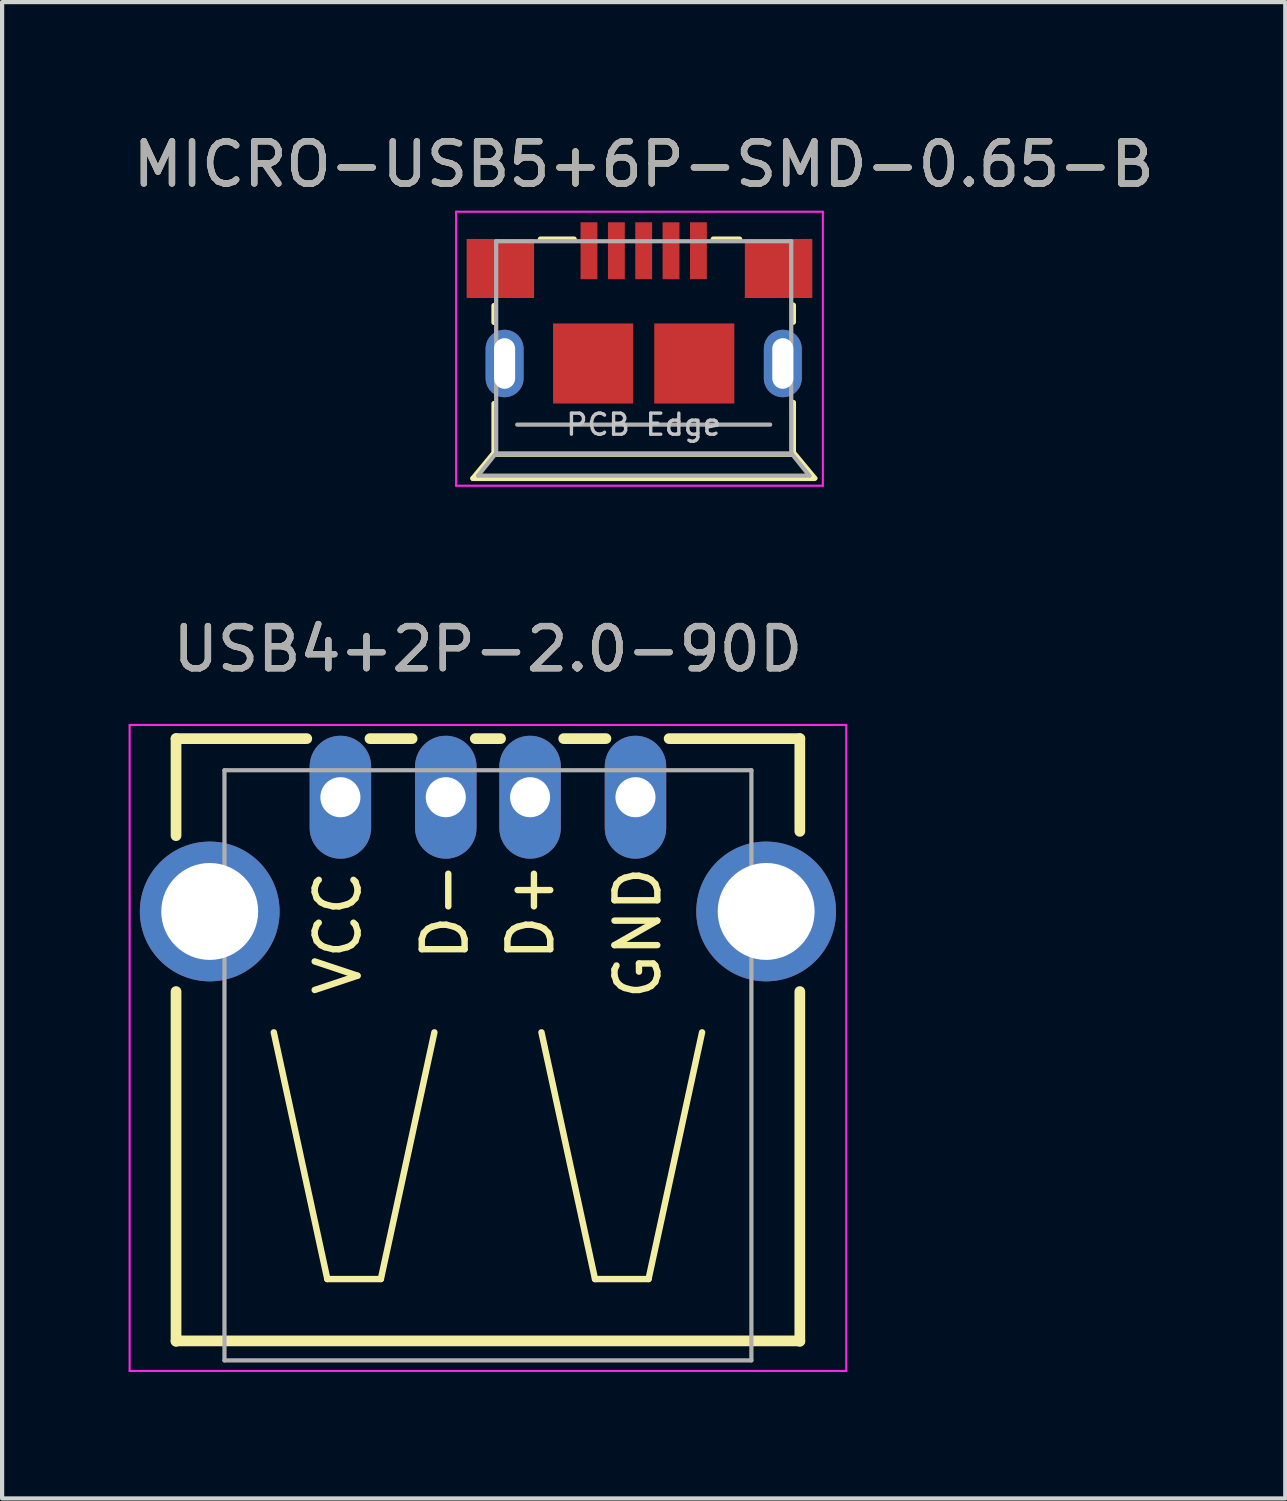
<source format=kicad_pcb>
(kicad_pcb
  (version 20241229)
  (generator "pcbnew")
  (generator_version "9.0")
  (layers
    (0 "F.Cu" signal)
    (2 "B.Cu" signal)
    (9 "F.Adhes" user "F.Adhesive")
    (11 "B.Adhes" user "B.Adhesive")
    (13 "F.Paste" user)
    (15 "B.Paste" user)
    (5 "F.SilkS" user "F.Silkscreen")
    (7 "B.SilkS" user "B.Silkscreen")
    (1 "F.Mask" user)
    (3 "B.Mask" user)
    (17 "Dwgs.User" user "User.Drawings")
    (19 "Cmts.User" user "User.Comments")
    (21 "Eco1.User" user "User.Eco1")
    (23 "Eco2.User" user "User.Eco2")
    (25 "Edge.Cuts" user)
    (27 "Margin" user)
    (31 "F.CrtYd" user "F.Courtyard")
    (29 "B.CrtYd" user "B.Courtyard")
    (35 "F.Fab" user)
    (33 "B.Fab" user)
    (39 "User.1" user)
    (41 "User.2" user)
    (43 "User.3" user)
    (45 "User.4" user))
  (footprint "USB4+2P-2.0-90D"
    (layer "F.Cu")
    (at 8.525 18.572)
    (property "Reference" "USB4+2P-2.0-90D" (at 0 -6.225 0) (layer "F.SilkS") (effects (font (size 1 1) (thickness 0.15))))
    (attr exclude_from_pos_files exclude_from_bom)
    (fp_line (start -7.399 -4.1) (end -7.399 -1.798) (stroke (width 0.254) (type solid)) (layer "F.SilkS"))
    (fp_line (start -7.399 10.188) (end 7.399 10.188) (stroke (width 0.254) (type solid)) (layer "F.SilkS"))
    (fp_line (start -7.399 10.198) (end -7.399 1.9) (stroke (width 0.254) (type solid)) (layer "F.SilkS"))
    (fp_line (start -5.08 2.868) (end -3.81 8.72) (stroke (width 0.152) (type solid)) (layer "F.SilkS"))
    (fp_line (start -4.298 -4.1) (end -7.399 -4.1) (stroke (width 0.254) (type solid)) (layer "F.SilkS"))
    (fp_line (start -3.81 8.72) (end -2.54 8.72) (stroke (width 0.152) (type solid)) (layer "F.SilkS"))
    (fp_line (start -2.799 -4.1) (end -1.798 -4.1) (stroke (width 0.254) (type solid)) (layer "F.SilkS"))
    (fp_line (start -2.54 8.72) (end -1.27 2.868) (stroke (width 0.152) (type solid)) (layer "F.SilkS"))
    (fp_line (start -0.3 -4.1) (end 0.3 -4.1) (stroke (width 0.254) (type solid)) (layer "F.SilkS"))
    (fp_line (start 1.27 2.868) (end 2.54 8.72) (stroke (width 0.152) (type solid)) (layer "F.SilkS"))
    (fp_line (start 1.798 -4.1) (end 2.799 -4.1) (stroke (width 0.254) (type solid)) (layer "F.SilkS"))
    (fp_line (start 2.54 8.72) (end 3.81 8.72) (stroke (width 0.152) (type solid)) (layer "F.SilkS"))
    (fp_line (start 3.81 8.72) (end 5.08 2.868) (stroke (width 0.152) (type solid)) (layer "F.SilkS"))
    (fp_line (start 4.298 -4.1) (end 7.399 -4.1) (stroke (width 0.254) (type solid)) (layer "F.SilkS"))
    (fp_line (start 7.399 -4.1) (end 7.399 -1.9) (stroke (width 0.254) (type solid)) (layer "F.SilkS"))
    (fp_line (start 7.399 1.9) (end 7.399 10.198) (stroke (width 0.254) (type solid)) (layer "F.SilkS"))
    (fp_line (start -8.5 -4.425) (end -8.5 10.9) (stroke (width 0.05) (type solid)) (layer "F.CrtYd"))
    (fp_line (start -8.5 10.9) (end 8.5 10.9) (stroke (width 0.05) (type solid)) (layer "F.CrtYd"))
    (fp_line (start 8.5 -4.425) (end -8.5 -4.425) (stroke (width 0.05) (type solid)) (layer "F.CrtYd"))
    (fp_line (start 8.5 10.9) (end 8.5 -4.425) (stroke (width 0.05) (type solid)) (layer "F.CrtYd"))
    (fp_line (start -6.25 -3.35) (end -6.25 10.65) (stroke (width 0.1) (type solid)) (layer "F.Fab"))
    (fp_line (start -6.25 -3.35) (end 6.25 -3.35) (stroke (width 0.1) (type solid)) (layer "F.Fab"))
    (fp_line (start -6.25 10.65) (end 6.25 10.65) (stroke (width 0.1) (type solid)) (layer "F.Fab"))
    (fp_line (start 6.25 10.65) (end 6.25 -3.35) (stroke (width 0.1) (type solid)) (layer "F.Fab"))
    (fp_text user "D+" (at 1.016 0 270) (layer "F.SilkS") (effects (font (size 1.016 1.016) (thickness 0.152))))
    (fp_text user "GND" (at 3.556 0.508 270) (layer "F.SilkS") (effects (font (size 1.016 1.016) (thickness 0.152))))
    (fp_text user "VCC" (at -3.556 0.508 270) (layer "F.SilkS") (effects (font (size 1.016 1.016) (thickness 0.152))))
    (fp_text user "D-" (at -1.016 0 270) (layer "F.SilkS") (effects (font (size 1.016 1.016) (thickness 0.152))))
    (fp_text user "${REFERENCE}" (at 0 -6.225 0) (layer "F.Fab") (effects (font (size 1 1) (thickness 0.15))))
    (pad "1" thru_hole oval (at -3.5 -2.71 180) (size 1.458 2.916) (drill 0.95) (layers "*.Cu" "*.Mask"))
    (pad "2" thru_hole oval (at -1 -2.71 180) (size 1.458 2.916) (drill 0.95) (layers "*.Cu" "*.Mask"))
    (pad "3" thru_hole oval (at 1 -2.71 180) (size 1.458 2.916) (drill 0.95) (layers "*.Cu" "*.Mask"))
    (pad "4" thru_hole oval (at 3.5 -2.71 180) (size 1.458 2.916) (drill 0.95) (layers "*.Cu" "*.Mask"))
    (pad "5" thru_hole circle (at -6.6 0 180) (size 3.315 3.315) (drill 2.299) (layers "*.Cu" "*.Mask"))
    (pad "5" thru_hole circle (at 6.6 0 180) (size 3.315 3.315) (drill 2.299) (layers "*.Cu" "*.Mask")))
  (footprint "MICRO-USB5+6P-SMD-0.65-B"
    (layer "F.Cu")
    (at 12.22 5.573)
    (property "Reference" "MICRO-USB5+6P-SMD-0.65-B" (at 0 -4.725 0) (layer "F.SilkS") (effects (font (size 1 1) (thickness 0.15))))
    (attr smd)
    (fp_line (start -4.05 2.725) (end 4.05 2.725) (stroke (width 0.127) (type solid)) (layer "F.SilkS"))
    (fp_line (start -3.575 2.15) (end -4.05 2.725) (stroke (width 0.127) (type solid)) (layer "F.SilkS"))
    (fp_line (start -3.55 -0.975) (end -3.55 -1.375) (stroke (width 0.127) (type solid)) (layer "F.SilkS"))
    (fp_line (start -3.55 2.124) (end -3.55 0.95) (stroke (width 0.127) (type solid)) (layer "F.SilkS"))
    (fp_line (start -3.55 2.15) (end 3.55 2.15) (stroke (width 0.127) (type solid)) (layer "F.SilkS"))
    (fp_line (start -1.65 -2.95) (end -2.45 -2.95) (stroke (width 0.127) (type solid)) (layer "F.SilkS"))
    (fp_line (start 1.65 -2.95) (end 2.275 -2.95) (stroke (width 0.127) (type solid)) (layer "F.SilkS"))
    (fp_line (start 3.55 -1.383) (end 3.55 -0.981) (stroke (width 0.127) (type solid)) (layer "F.SilkS"))
    (fp_line (start 3.55 0.925) (end 3.55 2.124) (stroke (width 0.127) (type solid)) (layer "F.SilkS"))
    (fp_line (start 3.57 2.115) (end 4.075 2.725) (stroke (width 0.1) (type solid)) (layer "F.SilkS"))
    (fp_line (start -4.45 -3.6) (end 4.25 -3.6) (stroke (width 0.05) (type solid)) (layer "F.CrtYd"))
    (fp_line (start -4.45 2.9) (end -4.45 -3.6) (stroke (width 0.05) (type solid)) (layer "F.CrtYd"))
    (fp_line (start 4.25 -3.6) (end 4.25 2.9) (stroke (width 0.05) (type solid)) (layer "F.CrtYd"))
    (fp_line (start 4.25 2.9) (end -4.45 2.9) (stroke (width 0.05) (type solid)) (layer "F.CrtYd"))
    (fp_line (start -3.5 -2.9) (end -3.5 2.15) (stroke (width 0.1) (type solid)) (layer "F.Fab"))
    (fp_line (start -3.5 2.125) (end -3.93 2.66) (stroke (width 0.1) (type solid)) (layer "F.Fab"))
    (fp_line (start -3 1.45) (end 3 1.45) (stroke (width 0.1) (type solid)) (layer "F.Fab"))
    (fp_line (start 3.5 -2.9) (end -3.5 -2.9) (stroke (width 0.1) (type solid)) (layer "F.Fab"))
    (fp_line (start 3.5 -2.9) (end 3.5 2.15) (stroke (width 0.1) (type solid)) (layer "F.Fab"))
    (fp_line (start 3.5 2.125) (end 3.93 2.66) (stroke (width 0.1) (type solid)) (layer "F.Fab"))
    (fp_line (start 3.5 2.15) (end -3.5 2.15) (stroke (width 0.1) (type solid)) (layer "F.Fab"))
    (fp_line (start 3.93 2.66) (end -3.93 2.66) (stroke (width 0.1) (type solid)) (layer "F.Fab"))
    (fp_text user "PCB Edge" (at 0 1.45 0) (layer "Dwgs.User") (effects (font (size 0.5 0.5) (thickness 0.08))))
    (fp_text user "${REFERENCE}" (at 0 -4.725 0) (layer "F.Fab") (effects (font (size 1 1) (thickness 0.15))))
    (pad "1" smd rect (at -1.298 -2.675 180) (size 0.4 1.35) (layers "F.Cu" "F.Mask" "F.Paste"))
    (pad "2" smd rect (at -0.648 -2.675 180) (size 0.4 1.35) (layers "F.Cu" "F.Mask" "F.Paste"))
    (pad "3" smd rect (at 0 -2.675 180) (size 0.4 1.35) (layers "F.Cu" "F.Mask" "F.Paste"))
    (pad "4" smd rect (at 0.648 -2.675 180) (size 0.4 1.35) (layers "F.Cu" "F.Mask" "F.Paste"))
    (pad "5" smd rect (at 1.298 -2.675 180) (size 0.4 1.35) (layers "F.Cu" "F.Mask" "F.Paste"))
    (pad "6" smd rect (at -3.4 -2.254 90) (size 1.4 1.6) (layers "F.Cu" "F.Mask" "F.Paste"))
    (pad "7" thru_hole oval (at -3.3 0 180) (size 0.9 1.6) (drill oval 0.5 1.2) (layers "*.Cu" "*.Mask"))
    (pad "8" smd rect (at -1.2 0) (size 1.9 1.9) (layers "F.Cu" "F.Mask" "F.Paste"))
    (pad "9" smd rect (at 1.2 0) (size 1.9 1.9) (layers "F.Cu" "F.Mask" "F.Paste"))
    (pad "10" thru_hole oval (at 3.3 0 180) (size 0.9 1.6) (drill oval 0.5 1.2) (layers "*.Cu" "*.Mask"))
    (pad "11" smd rect (at 3.2 -2.254 90) (size 1.4 1.6) (layers "F.Cu" "F.Mask" "F.Paste")))
  (gr_rect
    (start -3 -3)
    (end 27.44 32.496)
    (stroke (width 0.1) (type default))
    (fill no)
    (layer "Edge.Cuts")))
</source>
